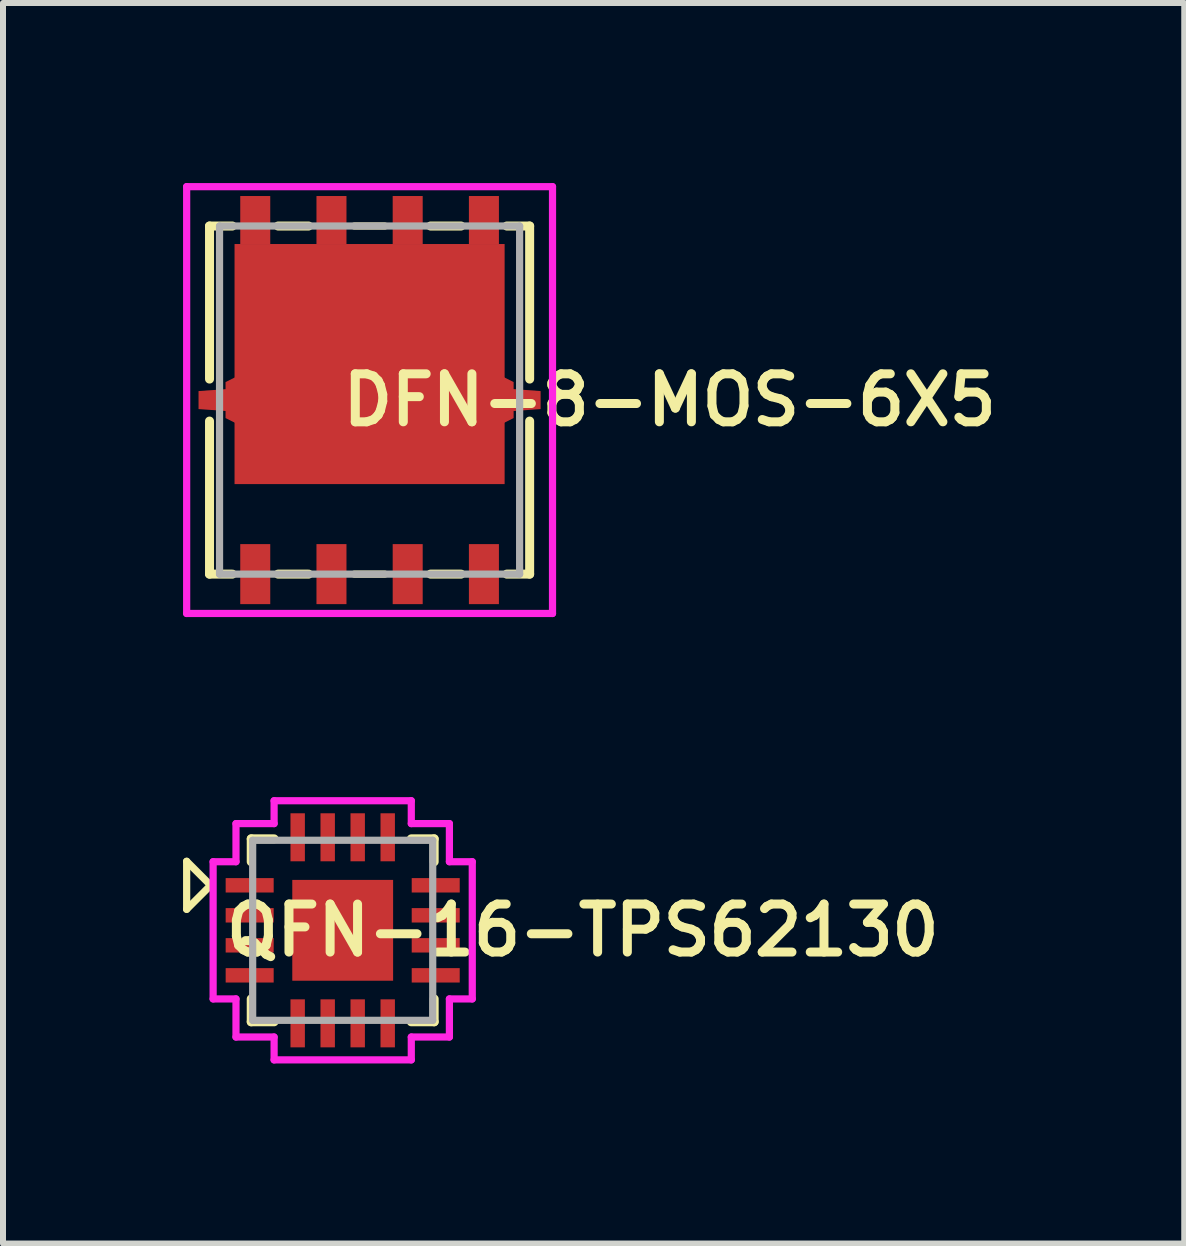
<source format=kicad_pcb>
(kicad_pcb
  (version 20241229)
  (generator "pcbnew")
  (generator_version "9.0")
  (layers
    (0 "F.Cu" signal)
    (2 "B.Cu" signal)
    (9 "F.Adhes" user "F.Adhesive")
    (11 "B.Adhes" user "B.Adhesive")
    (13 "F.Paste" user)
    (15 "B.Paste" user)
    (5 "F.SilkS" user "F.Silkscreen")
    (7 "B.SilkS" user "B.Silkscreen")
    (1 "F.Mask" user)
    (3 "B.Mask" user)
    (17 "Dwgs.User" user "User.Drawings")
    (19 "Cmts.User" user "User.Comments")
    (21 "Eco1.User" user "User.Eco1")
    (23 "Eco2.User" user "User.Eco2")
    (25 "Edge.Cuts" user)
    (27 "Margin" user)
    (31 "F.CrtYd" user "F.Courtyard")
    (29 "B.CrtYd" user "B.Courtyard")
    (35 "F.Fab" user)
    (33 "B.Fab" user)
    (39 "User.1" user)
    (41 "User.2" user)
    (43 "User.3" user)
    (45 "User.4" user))
  (footprint "QFN-16-TPS62130"
    (layer "F.Cu")
    (at 2.66 12.451)
    (property "Reference" "QFN-16-TPS62130" (at 4 0 0) (layer "F.SilkS") (effects (font (size 0.8 0.8) (thickness 0.15))))
    (attr through_hole)
    (fp_line (start -2.6 -1.15) (end -2.6 -0.35) (stroke (width 0.12) (type solid)) (layer "F.SilkS"))
    (fp_line (start -2.2 -0.75) (end -2.6 -1.15) (stroke (width 0.12) (type solid)) (layer "F.SilkS"))
    (fp_line (start -2.2 -0.75) (end -2.6 -0.35) (stroke (width 0.12) (type solid)) (layer "F.SilkS"))
    (fp_line (start -1.524 -1.524) (end -1.143 -1.524) (stroke (width 0.15) (type solid)) (layer "F.SilkS"))
    (fp_line (start -1.524 -1.143) (end -1.524 -1.524) (stroke (width 0.15) (type solid)) (layer "F.SilkS"))
    (fp_line (start -1.524 1.524) (end -1.524 1.143) (stroke (width 0.15) (type solid)) (layer "F.SilkS"))
    (fp_line (start -1.143 1.524) (end -1.524 1.524) (stroke (width 0.15) (type solid)) (layer "F.SilkS"))
    (fp_line (start 1.143 -1.524) (end 1.524 -1.524) (stroke (width 0.15) (type solid)) (layer "F.SilkS"))
    (fp_line (start 1.524 -1.524) (end 1.524 -1.143) (stroke (width 0.15) (type solid)) (layer "F.SilkS"))
    (fp_line (start 1.524 1.143) (end 1.524 1.524) (stroke (width 0.15) (type solid)) (layer "F.SilkS"))
    (fp_line (start 1.524 1.524) (end 1.143 1.524) (stroke (width 0.15) (type solid)) (layer "F.SilkS"))
    (fp_line (start -2.159 -1.143) (end -1.778 -1.143) (stroke (width 0.12) (type solid)) (layer "F.CrtYd"))
    (fp_line (start -2.159 1.143) (end -2.159 -1.143) (stroke (width 0.12) (type solid)) (layer "F.CrtYd"))
    (fp_line (start -2.159 1.143) (end -1.778 1.143) (stroke (width 0.12) (type solid)) (layer "F.CrtYd"))
    (fp_line (start -1.778 -1.143) (end -1.778 -1.778) (stroke (width 0.12) (type solid)) (layer "F.CrtYd"))
    (fp_line (start -1.778 1.143) (end -1.778 1.778) (stroke (width 0.12) (type solid)) (layer "F.CrtYd"))
    (fp_line (start -1.143 -2.159) (end -1.143 -1.778) (stroke (width 0.12) (type solid)) (layer "F.CrtYd"))
    (fp_line (start -1.143 -2.159) (end 1.143 -2.159) (stroke (width 0.12) (type solid)) (layer "F.CrtYd"))
    (fp_line (start -1.143 -1.778) (end -1.778 -1.778) (stroke (width 0.12) (type solid)) (layer "F.CrtYd"))
    (fp_line (start -1.143 1.778) (end -1.778 1.778) (stroke (width 0.12) (type solid)) (layer "F.CrtYd"))
    (fp_line (start -1.143 2.159) (end -1.143 1.778) (stroke (width 0.12) (type solid)) (layer "F.CrtYd"))
    (fp_line (start 1.143 -2.159) (end 1.143 -1.778) (stroke (width 0.12) (type solid)) (layer "F.CrtYd"))
    (fp_line (start 1.143 -1.778) (end 1.778 -1.778) (stroke (width 0.12) (type solid)) (layer "F.CrtYd"))
    (fp_line (start 1.143 1.778) (end 1.778 1.778) (stroke (width 0.12) (type solid)) (layer "F.CrtYd"))
    (fp_line (start 1.143 2.159) (end -1.143 2.159) (stroke (width 0.12) (type solid)) (layer "F.CrtYd"))
    (fp_line (start 1.143 2.159) (end 1.143 1.778) (stroke (width 0.12) (type solid)) (layer "F.CrtYd"))
    (fp_line (start 1.778 -1.143) (end 1.778 -1.778) (stroke (width 0.12) (type solid)) (layer "F.CrtYd"))
    (fp_line (start 1.778 1.143) (end 1.778 1.778) (stroke (width 0.12) (type solid)) (layer "F.CrtYd"))
    (fp_line (start 2.159 -1.143) (end 1.778 -1.143) (stroke (width 0.12) (type solid)) (layer "F.CrtYd"))
    (fp_line (start 2.159 -1.143) (end 2.159 1.143) (stroke (width 0.12) (type solid)) (layer "F.CrtYd"))
    (fp_line (start 2.159 1.143) (end 1.778 1.143) (stroke (width 0.12) (type solid)) (layer "F.CrtYd"))
    (fp_line (start -1.5 -1.5) (end -1.5 1.5) (stroke (width 0.12) (type solid)) (layer "F.Fab"))
    (fp_line (start -1.5 1.5) (end 1.5 1.5) (stroke (width 0.12) (type solid)) (layer "F.Fab"))
    (fp_line (start 1.5 -1.5) (end -1.5 -1.5) (stroke (width 0.12) (type solid)) (layer "F.Fab"))
    (fp_line (start 1.5 1.5) (end 1.5 -1.5) (stroke (width 0.12) (type solid)) (layer "F.Fab"))
    (pad "1" smd rect (at -1.55 -0.75) (size 0.8 0.24) (layers "F.Cu" "F.Mask" "F.Paste"))
    (pad "2" smd rect (at -1.55 -0.25) (size 0.8 0.24) (layers "F.Cu" "F.Mask" "F.Paste"))
    (pad "3" smd rect (at -1.55 0.25) (size 0.8 0.24) (layers "F.Cu" "F.Mask" "F.Paste"))
    (pad "4" smd rect (at -1.55 0.75) (size 0.8 0.24) (layers "F.Cu" "F.Mask" "F.Paste"))
    (pad "5" smd rect (at -0.75 1.55 90) (size 0.8 0.24) (layers "F.Cu" "F.Mask" "F.Paste"))
    (pad "6" smd rect (at -0.25 1.55 90) (size 0.8 0.24) (layers "F.Cu" "F.Mask" "F.Paste"))
    (pad "7" smd rect (at 0.25 1.55 90) (size 0.8 0.24) (layers "F.Cu" "F.Mask" "F.Paste"))
    (pad "8" smd rect (at 0.75 1.55 90) (size 0.8 0.24) (layers "F.Cu" "F.Mask" "F.Paste"))
    (pad "9" smd rect (at 1.55 0.75 180) (size 0.8 0.24) (layers "F.Cu" "F.Mask" "F.Paste"))
    (pad "10" smd rect (at 1.55 0.25 180) (size 0.8 0.24) (layers "F.Cu" "F.Mask" "F.Paste"))
    (pad "11" smd rect (at 1.55 -0.25 180) (size 0.8 0.24) (layers "F.Cu" "F.Mask" "F.Paste"))
    (pad "12" smd rect (at 1.55 -0.75 180) (size 0.8 0.24) (layers "F.Cu" "F.Mask" "F.Paste"))
    (pad "13" smd rect (at 0.75 -1.55 270) (size 0.8 0.24) (layers "F.Cu" "F.Mask" "F.Paste"))
    (pad "14" smd rect (at 0.25 -1.55 270) (size 0.8 0.24) (layers "F.Cu" "F.Mask" "F.Paste"))
    (pad "15" smd rect (at -0.25 -1.55 270) (size 0.8 0.24) (layers "F.Cu" "F.Mask" "F.Paste"))
    (pad "16" smd rect (at -0.75 -1.55 270) (size 0.8 0.24) (layers "F.Cu" "F.Mask" "F.Paste"))
    (pad "17" smd rect (at 0 0) (size 1.68 1.68) (layers "F.Cu" "F.Mask" "F.Paste")))
  (footprint "DFN-8-MOS-6X5"
    (layer "F.Cu")
    (at 3.108 3.616)
    (property "Reference" "DFN-8-MOS-6X5" (at 5 0 0) (layer "F.SilkS") (effects (font (size 0.8 0.8) (thickness 0.15))))
    (attr smd)
    (fp_line (start -2.667 -2.9) (end -2.667 -0.35) (stroke (width 0.15) (type solid)) (layer "F.SilkS"))
    (fp_line (start -2.667 -2.9) (end -2.286 -2.9) (stroke (width 0.15) (type solid)) (layer "F.SilkS"))
    (fp_line (start -2.667 2.9) (end -2.667 0.35) (stroke (width 0.15) (type solid)) (layer "F.SilkS"))
    (fp_line (start -2.286 2.9) (end -2.667 2.9) (stroke (width 0.15) (type solid)) (layer "F.SilkS"))
    (fp_line (start -1.524 -2.9) (end -1.016 -2.9) (stroke (width 0.15) (type solid)) (layer "F.SilkS"))
    (fp_line (start -1.016 2.9) (end -1.524 2.9) (stroke (width 0.15) (type solid)) (layer "F.SilkS"))
    (fp_line (start -0.254 -2.9) (end 0.254 -2.9) (stroke (width 0.12) (type solid)) (layer "F.SilkS"))
    (fp_line (start 0.254 2.9) (end -0.254 2.9) (stroke (width 0.12) (type solid)) (layer "F.SilkS"))
    (fp_line (start 1.016 -2.9) (end 1.524 -2.9) (stroke (width 0.15) (type solid)) (layer "F.SilkS"))
    (fp_line (start 1.524 2.9) (end 1.016 2.9) (stroke (width 0.15) (type solid)) (layer "F.SilkS"))
    (fp_line (start 2.286 -2.9) (end 2.667 -2.9) (stroke (width 0.15) (type solid)) (layer "F.SilkS"))
    (fp_line (start 2.667 -2.9) (end 2.667 -0.35) (stroke (width 0.15) (type solid)) (layer "F.SilkS"))
    (fp_line (start 2.667 2.9) (end 2.286 2.9) (stroke (width 0.15) (type solid)) (layer "F.SilkS"))
    (fp_line (start 2.667 2.9) (end 2.667 0.35) (stroke (width 0.15) (type solid)) (layer "F.SilkS"))
    (fp_line (start -3.048 -3.556) (end 3.048 -3.556) (stroke (width 0.12) (type solid)) (layer "F.CrtYd"))
    (fp_line (start -3.048 3.556) (end -3.048 -3.556) (stroke (width 0.12) (type solid)) (layer "F.CrtYd"))
    (fp_line (start 3.048 -3.556) (end 3.048 3.556) (stroke (width 0.12) (type solid)) (layer "F.CrtYd"))
    (fp_line (start 3.048 3.556) (end -3.048 3.556) (stroke (width 0.12) (type solid)) (layer "F.CrtYd"))
    (fp_line (start -2.5 -2.9) (end -2.5 2.9) (stroke (width 0.12) (type solid)) (layer "F.Fab"))
    (fp_line (start -2.5 -2.9) (end 2.5 -2.9) (stroke (width 0.12) (type solid)) (layer "F.Fab"))
    (fp_line (start 2.5 2.9) (end -2.5 2.9) (stroke (width 0.12) (type solid)) (layer "F.Fab"))
    (fp_line (start 2.5 2.9) (end 2.5 -2.9) (stroke (width 0.12) (type solid)) (layer "F.Fab"))
    (pad "1" smd trapezoid (at -2.5 0 90) (size 0.35 0.7) (rect_delta 0 0.05) (layers "F.Cu" "F.Mask" "F.Paste"))
    (pad "1" smd trapezoid (at -2.3 0 90) (size 0.7 0.2) (rect_delta 0 0.1) (layers "F.Cu" "F.Mask" "F.Paste"))
    (pad "1" smd rect (at -1.905 -3) (size 0.5 0.8) (layers "F.Cu" "F.Mask" "F.Paste"))
    (pad "1" smd rect (at -0.635 -3) (size 0.5 0.8) (layers "F.Cu" "F.Mask" "F.Paste"))
    (pad "1" smd rect (at 0 -0.6) (size 4.5 4) (layers "F.Cu" "F.Mask" "F.Paste"))
    (pad "1" smd rect (at 0.635 -3) (size 0.5 0.8) (layers "F.Cu" "F.Mask" "F.Paste"))
    (pad "1" smd rect (at 1.905 -3) (size 0.5 0.8) (layers "F.Cu" "F.Mask" "F.Paste"))
    (pad "1" smd trapezoid (at 2.3 0 270) (size 0.7 0.2) (rect_delta 0 0.1) (layers "F.Cu" "F.Mask" "F.Paste"))
    (pad "1" smd trapezoid (at 2.5 0 270) (size 0.35 0.7) (rect_delta 0 0.05) (layers "F.Cu" "F.Mask" "F.Paste"))
    (pad "2" smd rect (at 1.905 2.9 180) (size 0.5 1) (layers "F.Cu" "F.Mask" "F.Paste"))
    (pad "3" smd rect (at -1.905 2.9 180) (size 0.5 1) (layers "F.Cu" "F.Mask" "F.Paste"))
    (pad "3" smd rect (at -0.635 2.9 180) (size 0.5 1) (layers "F.Cu" "F.Mask" "F.Paste"))
    (pad "3" smd rect (at 0.635 2.9 180) (size 0.5 1) (layers "F.Cu" "F.Mask" "F.Paste")))
  (gr_rect
    (start -3 -3)
    (end 16.682 17.67)
    (stroke (width 0.1) (type default))
    (fill no)
    (layer "Edge.Cuts")))
</source>
